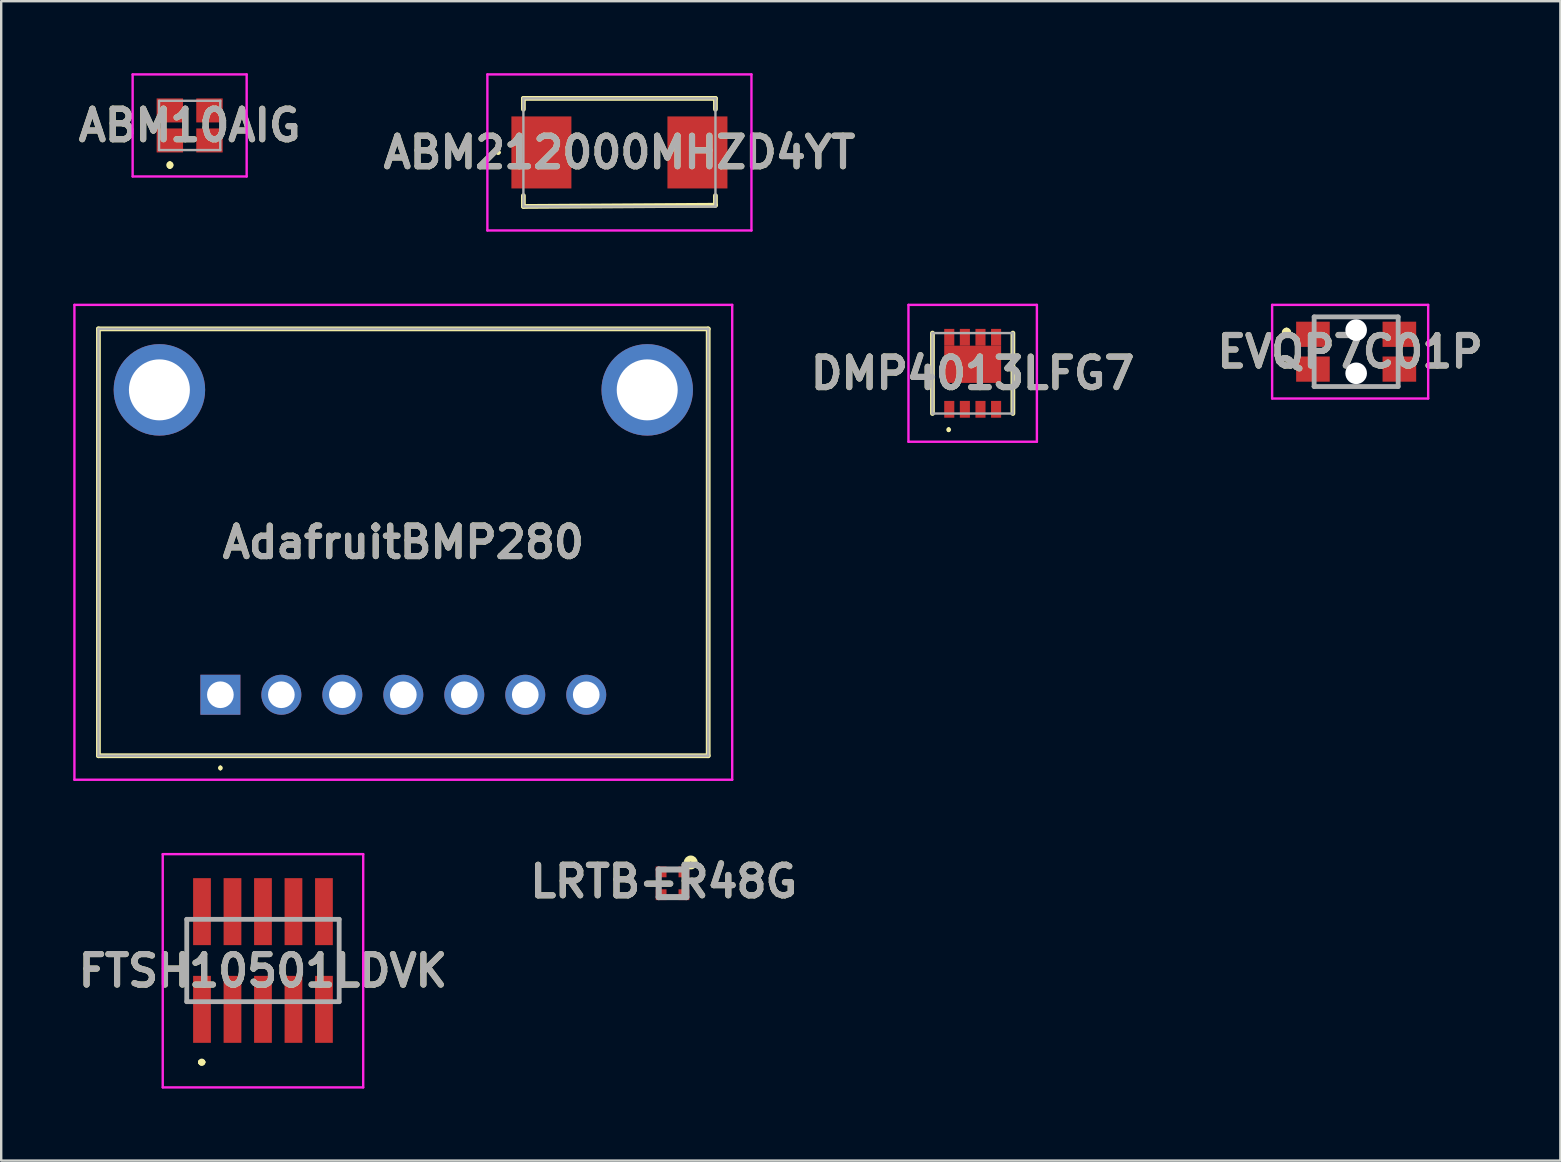
<source format=kicad_pcb>
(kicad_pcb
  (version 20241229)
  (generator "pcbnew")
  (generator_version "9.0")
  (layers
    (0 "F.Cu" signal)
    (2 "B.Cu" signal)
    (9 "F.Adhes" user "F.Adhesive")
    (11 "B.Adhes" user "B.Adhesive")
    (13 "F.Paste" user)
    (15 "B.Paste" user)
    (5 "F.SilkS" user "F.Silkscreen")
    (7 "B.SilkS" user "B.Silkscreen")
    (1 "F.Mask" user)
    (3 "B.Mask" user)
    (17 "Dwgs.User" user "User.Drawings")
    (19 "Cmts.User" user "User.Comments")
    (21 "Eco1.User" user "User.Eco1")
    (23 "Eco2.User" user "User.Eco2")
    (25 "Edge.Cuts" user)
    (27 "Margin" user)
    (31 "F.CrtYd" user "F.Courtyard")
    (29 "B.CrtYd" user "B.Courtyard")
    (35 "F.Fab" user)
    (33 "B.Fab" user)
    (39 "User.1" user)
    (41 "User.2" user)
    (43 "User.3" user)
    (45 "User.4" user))
  (footprint "ABM212000MHZD4YT"
    (layer "F.Cu")
    (at 22.752 3.3)
    (property "Reference" "ABM212000MHZD4YT" (at 0 0 0) (layer "F.SilkS") (effects (font (size 1.27 1.27) (thickness 0.254))))
    (attr smd)
    (fp_line (start -5.1 0) (end -5.1 0) (stroke (width 0.1) (type solid)) (layer "F.SilkS"))
    (fp_line (start -5.1 0) (end -5.1 0) (stroke (width 0.1) (type solid)) (layer "F.SilkS"))
    (fp_line (start -5 0) (end -5 0) (stroke (width 0.1) (type solid)) (layer "F.SilkS"))
    (fp_line (start -4 -2.25) (end 4 -2.25) (stroke (width 0.2) (type solid)) (layer "F.SilkS"))
    (fp_line (start -4 -1.8) (end -4 -2.25) (stroke (width 0.2) (type solid)) (layer "F.SilkS"))
    (fp_line (start -4 1.8) (end -4 2.25) (stroke (width 0.2) (type solid)) (layer "F.SilkS"))
    (fp_line (start -4 2.25) (end 4 2.2) (stroke (width 0.2) (type solid)) (layer "F.SilkS"))
    (fp_line (start 4 -2.25) (end 4 -1.8) (stroke (width 0.2) (type solid)) (layer "F.SilkS"))
    (fp_line (start 4 2.2) (end 4 1.8) (stroke (width 0.2) (type solid)) (layer "F.SilkS"))
    (fp_arc (start -5.1 0) (mid -5.05 -0.05) (end -5 0) (stroke (width 0.1) (type solid)) (layer "F.SilkS"))
    (fp_arc (start -5 0) (mid -5.05 0.05) (end -5.1 0) (stroke (width 0.1) (type solid)) (layer "F.SilkS"))
    (fp_arc (start -5 0) (mid -5.05 0.05) (end -5.1 0) (stroke (width 0.1) (type solid)) (layer "F.SilkS"))
    (fp_line (start -5.5 -3.25) (end 5.5 -3.25) (stroke (width 0.1) (type solid)) (layer "F.CrtYd"))
    (fp_line (start -5.5 3.25) (end -5.5 -3.25) (stroke (width 0.1) (type solid)) (layer "F.CrtYd"))
    (fp_line (start 5.5 -3.25) (end 5.5 3.25) (stroke (width 0.1) (type solid)) (layer "F.CrtYd"))
    (fp_line (start 5.5 3.25) (end -5.5 3.25) (stroke (width 0.1) (type solid)) (layer "F.CrtYd"))
    (fp_line (start -4 -2.25) (end -4 2.25) (stroke (width 0.1) (type solid)) (layer "F.Fab"))
    (fp_line (start -4 2.25) (end 4 2.25) (stroke (width 0.1) (type solid)) (layer "F.Fab"))
    (fp_line (start 4 -2.25) (end -4 -2.25) (stroke (width 0.1) (type solid)) (layer "F.Fab"))
    (fp_line (start 4 2.25) (end 4 -2.25) (stroke (width 0.1) (type solid)) (layer "F.Fab"))
    (fp_text user "${REFERENCE}" (at 0 0 0) (layer "F.Fab") (effects (font (size 1.27 1.27) (thickness 0.254))))
    (pad "1" smd rect (at -3.25 0) (size 2.5 3) (layers "F.Cu" "F.Mask" "F.Paste"))
    (pad "2" smd rect (at 3.25 0) (size 2.5 3) (layers "F.Cu" "F.Mask" "F.Paste")))
  (footprint "DMP4013LFG7"
    (layer "F.Cu")
    (at 37.467 12.5)
    (property "Reference" "DMP4013LFG7" (at 0 0 0) (layer "F.SilkS") (effects (font (size 1.27 1.27) (thickness 0.254))))
    (attr smd)
    (fp_line (start -1.675 -1.675) (end -1.675 1.675) (stroke (width 0.2) (type solid)) (layer "F.SilkS"))
    (fp_line (start -1 2.3) (end -1 2.3) (stroke (width 0.1) (type solid)) (layer "F.SilkS"))
    (fp_line (start -1 2.4) (end -1 2.4) (stroke (width 0.1) (type solid)) (layer "F.SilkS"))
    (fp_line (start 1.675 -1.675) (end 1.675 1.675) (stroke (width 0.2) (type solid)) (layer "F.SilkS"))
    (fp_arc (start -1 2.3) (mid -0.95 2.35) (end -1 2.4) (stroke (width 0.1) (type solid)) (layer "F.SilkS"))
    (fp_arc (start -1 2.4) (mid -1.05 2.35) (end -1 2.3) (stroke (width 0.1) (type solid)) (layer "F.SilkS"))
    (fp_line (start -2.675 -2.85) (end 2.675 -2.85) (stroke (width 0.1) (type solid)) (layer "F.CrtYd"))
    (fp_line (start -2.675 2.85) (end -2.675 -2.85) (stroke (width 0.1) (type solid)) (layer "F.CrtYd"))
    (fp_line (start 2.675 -2.85) (end 2.675 2.85) (stroke (width 0.1) (type solid)) (layer "F.CrtYd"))
    (fp_line (start 2.675 2.85) (end -2.675 2.85) (stroke (width 0.1) (type solid)) (layer "F.CrtYd"))
    (fp_line (start -1.675 -1.675) (end 1.675 -1.675) (stroke (width 0.1) (type solid)) (layer "F.Fab"))
    (fp_line (start -1.675 1.675) (end -1.675 -1.675) (stroke (width 0.1) (type solid)) (layer "F.Fab"))
    (fp_line (start 1.675 -1.675) (end 1.675 1.675) (stroke (width 0.1) (type solid)) (layer "F.Fab"))
    (fp_line (start 1.675 1.675) (end -1.675 1.675) (stroke (width 0.1) (type solid)) (layer "F.Fab"))
    (fp_text user "${REFERENCE}" (at 0 0 0) (layer "F.Fab") (effects (font (size 1.27 1.27) (thickness 0.254))))
    (pad "1" smd rect (at -0.975 1.5) (size 0.42 0.7) (layers "F.Cu" "F.Mask" "F.Paste"))
    (pad "2" smd rect (at -0.325 1.5) (size 0.42 0.7) (layers "F.Cu" "F.Mask" "F.Paste"))
    (pad "3" smd rect (at 0.325 1.5) (size 0.42 0.7) (layers "F.Cu" "F.Mask" "F.Paste"))
    (pad "4" smd rect (at 0.975 1.5) (size 0.42 0.7) (layers "F.Cu" "F.Mask" "F.Paste"))
    (pad "5" smd rect (at 0.975 -1.5) (size 0.42 0.7) (layers "F.Cu" "F.Mask" "F.Paste"))
    (pad "6" smd rect (at 0.325 -1.5) (size 0.42 0.7) (layers "F.Cu" "F.Mask" "F.Paste"))
    (pad "7" smd rect (at -0.325 -1.5) (size 0.42 0.7) (layers "F.Cu" "F.Mask" "F.Paste"))
    (pad "8" smd rect (at -0.975 -1.5) (size 0.42 0.7) (layers "F.Cu" "F.Mask" "F.Paste"))
    (pad "9" smd rect (at 0 -0.375 90) (size 1.55 2.37) (layers "F.Cu" "F.Mask" "F.Paste")))
  (footprint "AdafruitBMP280"
    (layer "F.Cu")
    (at 6.13 25.89)
    (property "Reference" "AdafruitBMP280" (at 7.62 -6.35 0) (layer "F.SilkS") (effects (font (size 1.27 1.27) (thickness 0.254))))
    (attr through_hole)
    (fp_line (start -5.08 -15.24) (end 20.32 -15.24) (stroke (width 0.2) (type solid)) (layer "F.SilkS"))
    (fp_line (start -5.08 2.54) (end -5.08 -15.24) (stroke (width 0.2) (type solid)) (layer "F.SilkS"))
    (fp_line (start 0 3) (end 0 3) (stroke (width 0.1) (type solid)) (layer "F.SilkS"))
    (fp_line (start 0 3.1) (end 0 3.1) (stroke (width 0.1) (type solid)) (layer "F.SilkS"))
    (fp_line (start 20.32 -15.24) (end 20.32 2.54) (stroke (width 0.2) (type solid)) (layer "F.SilkS"))
    (fp_line (start 20.32 2.54) (end -5.08 2.54) (stroke (width 0.2) (type solid)) (layer "F.SilkS"))
    (fp_arc (start 0 3) (mid 0.05 3.05) (end 0 3.1) (stroke (width 0.1) (type solid)) (layer "F.SilkS"))
    (fp_arc (start 0 3.1) (mid -0.05 3.05) (end 0 3) (stroke (width 0.1) (type solid)) (layer "F.SilkS"))
    (fp_line (start -6.08 -16.24) (end 21.32 -16.24) (stroke (width 0.1) (type solid)) (layer "F.CrtYd"))
    (fp_line (start -6.08 3.54) (end -6.08 -16.24) (stroke (width 0.1) (type solid)) (layer "F.CrtYd"))
    (fp_line (start 21.32 -16.24) (end 21.32 3.54) (stroke (width 0.1) (type solid)) (layer "F.CrtYd"))
    (fp_line (start 21.32 3.54) (end -6.08 3.54) (stroke (width 0.1) (type solid)) (layer "F.CrtYd"))
    (fp_line (start -5.08 -15.24) (end 20.32 -15.24) (stroke (width 0.1) (type solid)) (layer "F.Fab"))
    (fp_line (start -5.08 2.54) (end -5.08 -15.24) (stroke (width 0.1) (type solid)) (layer "F.Fab"))
    (fp_line (start 20.32 -15.24) (end 20.32 2.54) (stroke (width 0.1) (type solid)) (layer "F.Fab"))
    (fp_line (start 20.32 2.54) (end -5.08 2.54) (stroke (width 0.1) (type solid)) (layer "F.Fab"))
    (fp_text user "${REFERENCE}" (at 7.62 -6.35 0) (layer "F.Fab") (effects (font (size 1.27 1.27) (thickness 0.254))))
    (pad "1" thru_hole rect (at 0 0) (size 1.665 1.665) (drill 1.11) (layers "*.Cu" "*.Mask"))
    (pad "2" thru_hole circle (at 2.54 0) (size 1.665 1.665) (drill 1.11) (layers "*.Cu" "*.Mask"))
    (pad "3" thru_hole circle (at 5.08 0) (size 1.665 1.665) (drill 1.11) (layers "*.Cu" "*.Mask"))
    (pad "4" thru_hole circle (at 7.62 0) (size 1.665 1.665) (drill 1.11) (layers "*.Cu" "*.Mask"))
    (pad "5" thru_hole circle (at 10.16 0) (size 1.665 1.665) (drill 1.11) (layers "*.Cu" "*.Mask"))
    (pad "6" thru_hole circle (at 12.7 0) (size 1.665 1.665) (drill 1.11) (layers "*.Cu" "*.Mask"))
    (pad "7" thru_hole circle (at 15.24 0) (size 1.665 1.665) (drill 1.11) (layers "*.Cu" "*.Mask"))
    (pad "MH1" thru_hole circle (at -2.54 -12.7) (size 3.81 3.81) (drill 2.54) (layers "*.Cu" "*.Mask"))
    (pad "MH2" thru_hole circle (at 17.78 -12.7) (size 3.81 3.81) (drill 2.54) (layers "*.Cu" "*.Mask")))
  (footprint "FTSH10501LDVK"
    (layer "F.Cu")
    (at 7.904 38.995)
    (property "Reference" "FTSH10501LDVK" (at 0 -1.607 0) (layer "F.SilkS") (effects (font (size 1.27 1.27) (thickness 0.254))))
    (attr smd)
    (fp_line (start -2.6 2.2) (end -2.6 2.2) (stroke (width 0.2) (type solid)) (layer "F.SilkS"))
    (fp_line (start -2.6 2.2) (end -2.6 2.2) (stroke (width 0.2) (type solid)) (layer "F.SilkS"))
    (fp_line (start -2.5 2.2) (end -2.5 2.2) (stroke (width 0.2) (type solid)) (layer "F.SilkS"))
    (fp_arc (start -2.6 2.2) (mid -2.55 2.15) (end -2.5 2.2) (stroke (width 0.2) (type solid)) (layer "F.SilkS"))
    (fp_arc (start -2.5 2.2) (mid -2.55 2.25) (end -2.6 2.2) (stroke (width 0.2) (type solid)) (layer "F.SilkS"))
    (fp_arc (start -2.5 2.2) (mid -2.55 2.25) (end -2.6 2.2) (stroke (width 0.2) (type solid)) (layer "F.SilkS"))
    (fp_line (start -4.175 -6.465) (end 4.175 -6.465) (stroke (width 0.1) (type solid)) (layer "F.CrtYd"))
    (fp_line (start -4.175 3.25) (end -4.175 -6.465) (stroke (width 0.1) (type solid)) (layer "F.CrtYd"))
    (fp_line (start 4.175 -6.465) (end 4.175 3.25) (stroke (width 0.1) (type solid)) (layer "F.CrtYd"))
    (fp_line (start 4.175 3.25) (end -4.175 3.25) (stroke (width 0.1) (type solid)) (layer "F.CrtYd"))
    (fp_line (start -3.175 -3.75) (end -3.175 -0.32) (stroke (width 0.2) (type solid)) (layer "F.Fab"))
    (fp_line (start -3.175 -0.32) (end 3.175 -0.32) (stroke (width 0.2) (type solid)) (layer "F.Fab"))
    (fp_line (start 3.175 -3.75) (end -3.175 -3.75) (stroke (width 0.2) (type solid)) (layer "F.Fab"))
    (fp_line (start 3.175 -0.32) (end 3.175 -3.75) (stroke (width 0.2) (type solid)) (layer "F.Fab"))
    (fp_text user "${REFERENCE}" (at 0 -1.607 0) (layer "F.Fab") (effects (font (size 1.27 1.27) (thickness 0.254))))
    (pad "1" smd rect (at -2.54 0) (size 0.74 2.79) (layers "F.Cu" "F.Mask" "F.Paste"))
    (pad "2" smd rect (at -2.54 -4.07) (size 0.74 2.79) (layers "F.Cu" "F.Mask" "F.Paste"))
    (pad "3" smd rect (at -1.27 0) (size 0.74 2.79) (layers "F.Cu" "F.Mask" "F.Paste"))
    (pad "4" smd rect (at -1.27 -4.07) (size 0.74 2.79) (layers "F.Cu" "F.Mask" "F.Paste"))
    (pad "5" smd rect (at 0 0) (size 0.74 2.79) (layers "F.Cu" "F.Mask" "F.Paste"))
    (pad "6" smd rect (at 0 -4.07) (size 0.74 2.79) (layers "F.Cu" "F.Mask" "F.Paste"))
    (pad "7" smd rect (at 1.27 0) (size 0.74 2.79) (layers "F.Cu" "F.Mask" "F.Paste"))
    (pad "8" smd rect (at 1.27 -4.07) (size 0.74 2.79) (layers "F.Cu" "F.Mask" "F.Paste"))
    (pad "9" smd rect (at 2.54 0) (size 0.74 2.79) (layers "F.Cu" "F.Mask" "F.Paste"))
    (pad "10" smd rect (at 2.54 -4.07) (size 0.74 2.79) (layers "F.Cu" "F.Mask" "F.Paste")))
  (footprint "LRTB-R48G"
    (layer "F.Cu")
    (at 24.964 33.744)
    (property "Reference" "LRTB-R48G" (at -0.368 -0.075 0) (layer "F.SilkS") (effects (font (size 1.27 1.27) (thickness 0.254))))
    (attr smd)
    (fp_circle (center 0.759 -0.868) (end 0.759 -0.832) (stroke (width 0.254) (type solid)) (fill no) (layer "F.SilkS"))
    (fp_line (start -0.575 -0.575) (end 0.575 -0.575) (stroke (width 0.254) (type solid)) (layer "F.Fab"))
    (fp_line (start -0.575 0.575) (end -0.575 -0.575) (stroke (width 0.254) (type solid)) (layer "F.Fab"))
    (fp_line (start 0.575 -0.575) (end 0.575 0.575) (stroke (width 0.254) (type solid)) (layer "F.Fab"))
    (fp_line (start 0.575 0.575) (end -0.575 0.575) (stroke (width 0.254) (type solid)) (layer "F.Fab"))
    (fp_text user "${REFERENCE}" (at -0.368 -0.075 0) (layer "F.Fab") (effects (font (size 1.27 1.27) (thickness 0.254))))
    (pad "1" smd rect (at 0.475 -0.475 90) (size 0.45 0.45) (layers "F.Cu" "F.Mask" "F.Paste"))
    (pad "2" smd rect (at 0.475 0.475 90) (size 0.45 0.45) (layers "F.Cu" "F.Mask" "F.Paste"))
    (pad "3" smd rect (at -0.475 0.475 90) (size 0.45 0.45) (layers "F.Cu" "F.Mask" "F.Paste"))
    (pad "4" smd rect (at -0.475 -0.475 90) (size 0.45 0.45) (layers "F.Cu" "F.Mask" "F.Paste")))
  (footprint "EVQP7C01P"
    (layer "F.Cu")
    (at 53.441 11.6)
    (property "Reference" "EVQP7C01P" (at -0.25 0 0) (layer "F.SilkS") (effects (font (size 1.27 1.27) (thickness 0.254))))
    (attr through_hole)
    (fp_line (start -2.9 -0.9) (end -2.9 -0.9) (stroke (width 0.2) (type solid)) (layer "F.SilkS"))
    (fp_line (start -2.9 -0.7) (end -2.9 -0.7) (stroke (width 0.2) (type solid)) (layer "F.SilkS"))
    (fp_line (start -1.8 1.45) (end 1.75 1.45) (stroke (width 0.1) (type solid)) (layer "F.SilkS"))
    (fp_line (start -1.75 -1.45) (end 1.75 -1.45) (stroke (width 0.1) (type solid)) (layer "F.SilkS"))
    (fp_arc (start -2.9 -0.9) (mid -2.8 -0.8) (end -2.9 -0.7) (stroke (width 0.2) (type solid)) (layer "F.SilkS"))
    (fp_arc (start -2.9 -0.7) (mid -3 -0.8) (end -2.9 -0.9) (stroke (width 0.2) (type solid)) (layer "F.SilkS"))
    (fp_line (start -3.5 -1.95) (end 3 -1.95) (stroke (width 0.1) (type solid)) (layer "F.CrtYd"))
    (fp_line (start -3.5 1.95) (end -3.5 -1.95) (stroke (width 0.1) (type solid)) (layer "F.CrtYd"))
    (fp_line (start 3 -1.95) (end 3 1.95) (stroke (width 0.1) (type solid)) (layer "F.CrtYd"))
    (fp_line (start 3 1.95) (end -3.5 1.95) (stroke (width 0.1) (type solid)) (layer "F.CrtYd"))
    (fp_line (start -1.75 -1.45) (end 1.75 -1.45) (stroke (width 0.2) (type solid)) (layer "F.Fab"))
    (fp_line (start -1.75 1.45) (end -1.75 -1.45) (stroke (width 0.2) (type solid)) (layer "F.Fab"))
    (fp_line (start 1.75 -1.45) (end 1.75 1.45) (stroke (width 0.2) (type solid)) (layer "F.Fab"))
    (fp_line (start 1.75 1.45) (end -1.75 1.45) (stroke (width 0.2) (type solid)) (layer "F.Fab"))
    (fp_text user "${REFERENCE}" (at -0.25 0 0) (layer "F.Fab") (effects (font (size 1.27 1.27) (thickness 0.254))))
    (pad "" np_thru_hole circle (at 0 -0.9) (size 0.9 0.9) (drill 0.9) (layers "*.Cu" "*.Mask"))
    (pad "" np_thru_hole circle (at 0 0.9) (size 0.9 0.9) (drill 0.9) (layers "*.Cu" "*.Mask"))
    (pad "1" smd rect (at -1.8 -0.725 90) (size 1.05 1.4) (layers "F.Cu" "F.Mask" "F.Paste"))
    (pad "2" smd rect (at -1.8 0.725 90) (size 1.05 1.4) (layers "F.Cu" "F.Mask" "F.Paste"))
    (pad "3" smd rect (at 1.8 0.725 90) (size 1.05 1.4) (layers "F.Cu" "F.Mask" "F.Paste"))
    (pad "4" smd rect (at 1.8 -0.725 90) (size 1.05 1.4) (layers "F.Cu" "F.Mask" "F.Paste")))
  (footprint "ABM10AIG"
    (layer "F.Cu")
    (at 4.85 2.175)
    (property "Reference" "ABM10AIG" (at 0 0 0) (layer "F.SilkS") (effects (font (size 1.27 1.27) (thickness 0.254))))
    (attr smd)
    (fp_line (start -0.825 1.6) (end -0.825 1.6) (stroke (width 0.2) (type solid)) (layer "F.SilkS"))
    (fp_line (start -0.825 1.7) (end -0.825 1.7) (stroke (width 0.2) (type solid)) (layer "F.SilkS"))
    (fp_line (start -0.825 1.7) (end -0.825 1.7) (stroke (width 0.2) (type solid)) (layer "F.SilkS"))
    (fp_arc (start -0.825 1.6) (mid -0.775 1.65) (end -0.825 1.7) (stroke (width 0.2) (type solid)) (layer "F.SilkS"))
    (fp_arc (start -0.825 1.6) (mid -0.775 1.65) (end -0.825 1.7) (stroke (width 0.2) (type solid)) (layer "F.SilkS"))
    (fp_arc (start -0.825 1.7) (mid -0.875 1.65) (end -0.825 1.6) (stroke (width 0.2) (type solid)) (layer "F.SilkS"))
    (fp_line (start -2.375 -2.125) (end 2.375 -2.125) (stroke (width 0.1) (type solid)) (layer "F.CrtYd"))
    (fp_line (start -2.375 2.125) (end -2.375 -2.125) (stroke (width 0.1) (type solid)) (layer "F.CrtYd"))
    (fp_line (start 2.375 -2.125) (end 2.375 2.125) (stroke (width 0.1) (type solid)) (layer "F.CrtYd"))
    (fp_line (start 2.375 2.125) (end -2.375 2.125) (stroke (width 0.1) (type solid)) (layer "F.CrtYd"))
    (fp_line (start -1.275 -1.025) (end -1.275 1.025) (stroke (width 0.1) (type solid)) (layer "F.Fab"))
    (fp_line (start -1.275 1.025) (end 1.275 1.025) (stroke (width 0.1) (type solid)) (layer "F.Fab"))
    (fp_line (start 1.275 -1.025) (end -1.275 -1.025) (stroke (width 0.1) (type solid)) (layer "F.Fab"))
    (fp_line (start 1.275 1.025) (end 1.275 -1.025) (stroke (width 0.1) (type solid)) (layer "F.Fab"))
    (fp_text user "${REFERENCE}" (at 0 0 0) (layer "F.Fab") (effects (font (size 1.27 1.27) (thickness 0.254))))
    (pad "1" smd rect (at -0.825 0.625 90) (size 1 1.1) (layers "F.Cu" "F.Mask" "F.Paste"))
    (pad "2" smd rect (at 0.825 0.625 90) (size 1 1.1) (layers "F.Cu" "F.Mask" "F.Paste"))
    (pad "3" smd rect (at 0.825 -0.625 90) (size 1 1.1) (layers "F.Cu" "F.Mask" "F.Paste"))
    (pad "4" smd rect (at -0.825 -0.625 90) (size 1 1.1) (layers "F.Cu" "F.Mask" "F.Paste")))
  (gr_rect
    (start -3 -3)
    (end 61.948 45.295)
    (stroke (width 0.1) (type default))
    (fill no)
    (layer "Edge.Cuts")))
</source>
